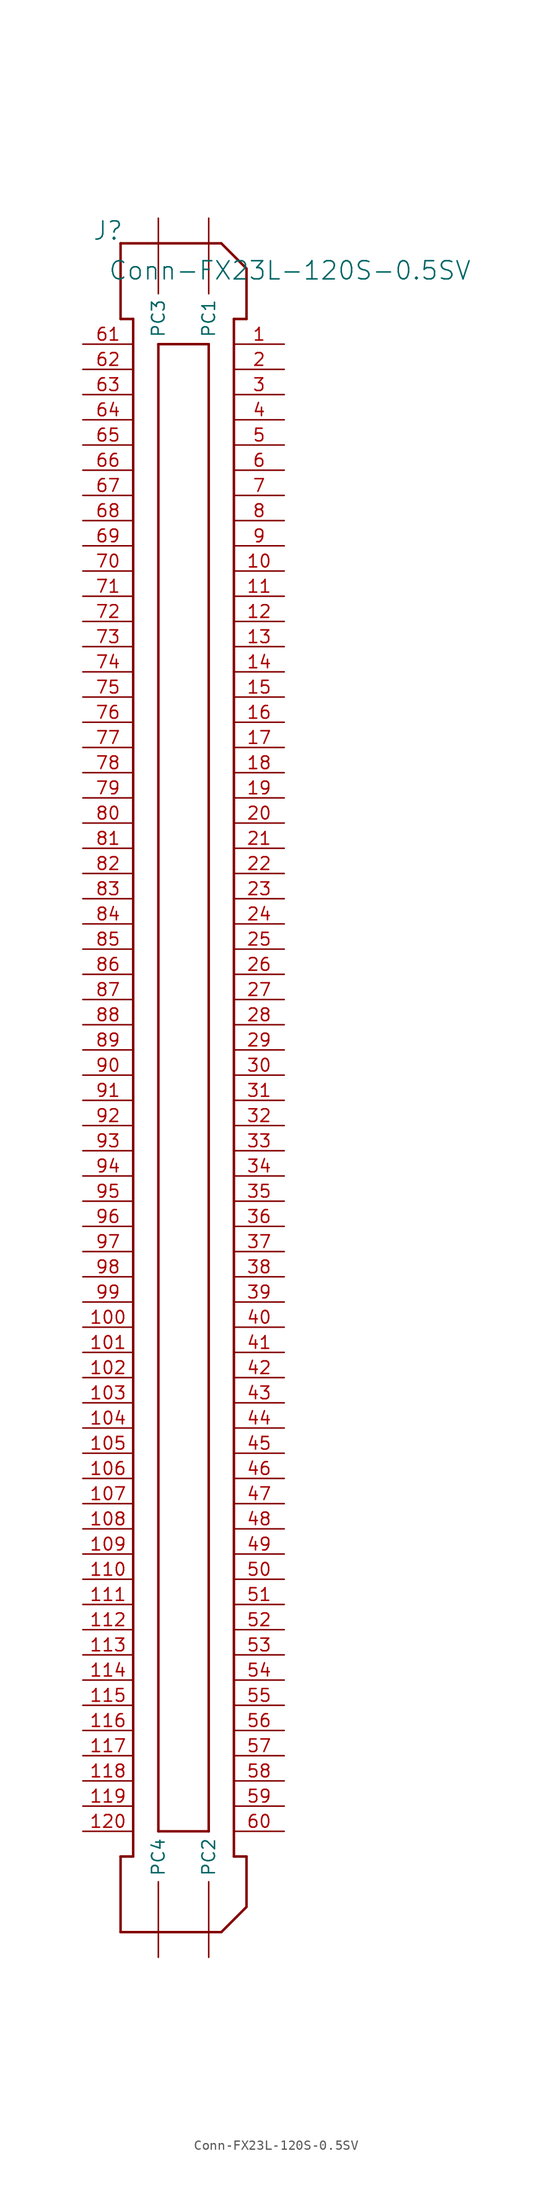
<source format=kicad_sym>
(kicad_symbol_lib
  (version 20231120)
  (generator "kicad_symbol_editor")
  (generator_version "8.0")
  (symbol "Conn-FX23L-120S-0.5SV"
    (property "Reference" "J"
      (at -1.27 1.27 0)
      (effects (font (size 1.829 1.829))))
    (property "Value" "Conn-FX23L-120S-0.5SV"
      (at -1.27 -3.81 0)
      (effects (font (size 1.829 1.829)) (justify left bottom)))
    (symbol "Conn-FX23L-120S-0.5SV_1_0"
      (polyline (pts (xy 0 -170.18) (xy 10.16 -170.18)) (stroke (width 0.254) (type solid)) (fill (type none)))
      (polyline (pts (xy 0 -162.56) (xy 0 -170.18)) (stroke (width 0.254) (type solid)) (fill (type none)))
      (polyline (pts (xy 0 -7.62) (xy 1.27 -7.62)) (stroke (width 0.254) (type solid)) (fill (type none)))
      (polyline (pts (xy 0 0) (xy 0 -7.62)) (stroke (width 0.254) (type solid)) (fill (type none)))
      (polyline (pts (xy 1.27 -162.56) (xy 0 -162.56)) (stroke (width 0.254) (type solid)) (fill (type none)))
      (polyline (pts (xy 1.27 -7.62) (xy 1.27 -162.56)) (stroke (width 0.254) (type solid)) (fill (type none)))
      (polyline (pts (xy 3.81 -160.02) (xy 3.81 -10.16)) (stroke (width 0.254) (type solid)) (fill (type none)))
      (polyline (pts (xy 3.81 -160.02) (xy 8.89 -160.02)) (stroke (width 0.254) (type solid)) (fill (type none)))
      (polyline (pts (xy 3.81 -10.16) (xy 8.89 -10.16)) (stroke (width 0.254) (type solid)) (fill (type none)))
      (polyline (pts (xy 8.89 -10.16) (xy 8.89 -160.02)) (stroke (width 0.254) (type solid)) (fill (type none)))
      (polyline (pts (xy 10.16 0) (xy 0 0)) (stroke (width 0.254) (type solid)) (fill (type none)))
      (polyline (pts (xy 11.43 -162.56) (xy 11.43 -7.62)) (stroke (width 0.254) (type solid)) (fill (type none)))
      (polyline (pts (xy 11.43 -7.62) (xy 12.7 -7.62)) (stroke (width 0.254) (type solid)) (fill (type none)))
      (polyline (pts (xy 12.7 -162.56) (xy 11.43 -162.56)) (stroke (width 0.254) (type solid)) (fill (type none)))
      (polyline (pts (xy 10.16 -170.18) (xy 12.7 -167.64) (xy 12.7 -162.56)) (stroke (width 0.254) (type solid)) (fill (type none)))
      (polyline (pts (xy 10.16 0) (xy 12.7 -2.54) (xy 12.7 -7.62)) (stroke (width 0.254) (type solid)) (fill (type none)))
      (pin passive line (at 16.51 -10.16 180) (length 5.08) (name "1" (effects (font (size 0 0)))) (number "1" (effects (font (size 1.27 1.27)))))
      (pin passive line (at 16.51 -33.02 180) (length 5.08) (name "10" (effects (font (size 0 0)))) (number "10" (effects (font (size 1.27 1.27)))))
      (pin passive line (at -3.81 -109.22 0) (length 5.08) (name "100" (effects (font (size 0 0)))) (number "100" (effects (font (size 1.27 1.27)))))
      (pin passive line (at -3.81 -111.76 0) (length 5.08) (name "101" (effects (font (size 0 0)))) (number "101" (effects (font (size 1.27 1.27)))))
      (pin passive line (at -3.81 -114.3 0) (length 5.08) (name "102" (effects (font (size 0 0)))) (number "102" (effects (font (size 1.27 1.27)))))
      (pin passive line (at -3.81 -116.84 0) (length 5.08) (name "103" (effects (font (size 0 0)))) (number "103" (effects (font (size 1.27 1.27)))))
      (pin passive line (at -3.81 -119.38 0) (length 5.08) (name "104" (effects (font (size 0 0)))) (number "104" (effects (font (size 1.27 1.27)))))
      (pin passive line (at -3.81 -121.92 0) (length 5.08) (name "105" (effects (font (size 0 0)))) (number "105" (effects (font (size 1.27 1.27)))))
      (pin passive line (at -3.81 -124.46 0) (length 5.08) (name "106" (effects (font (size 0 0)))) (number "106" (effects (font (size 1.27 1.27)))))
      (pin passive line (at -3.81 -127 0) (length 5.08) (name "107" (effects (font (size 0 0)))) (number "107" (effects (font (size 1.27 1.27)))))
      (pin passive line (at -3.81 -129.54 0) (length 5.08) (name "108" (effects (font (size 0 0)))) (number "108" (effects (font (size 1.27 1.27)))))
      (pin passive line (at -3.81 -132.08 0) (length 5.08) (name "109" (effects (font (size 0 0)))) (number "109" (effects (font (size 1.27 1.27)))))
      (pin passive line (at 16.51 -35.56 180) (length 5.08) (name "11" (effects (font (size 0 0)))) (number "11" (effects (font (size 1.27 1.27)))))
      (pin passive line (at -3.81 -134.62 0) (length 5.08) (name "110" (effects (font (size 0 0)))) (number "110" (effects (font (size 1.27 1.27)))))
      (pin passive line (at -3.81 -137.16 0) (length 5.08) (name "111" (effects (font (size 0 0)))) (number "111" (effects (font (size 1.27 1.27)))))
      (pin passive line (at -3.81 -139.7 0) (length 5.08) (name "112" (effects (font (size 0 0)))) (number "112" (effects (font (size 1.27 1.27)))))
      (pin passive line (at -3.81 -142.24 0) (length 5.08) (name "113" (effects (font (size 0 0)))) (number "113" (effects (font (size 1.27 1.27)))))
      (pin passive line (at -3.81 -144.78 0) (length 5.08) (name "114" (effects (font (size 0 0)))) (number "114" (effects (font (size 1.27 1.27)))))
      (pin passive line (at -3.81 -147.32 0) (length 5.08) (name "115" (effects (font (size 0 0)))) (number "115" (effects (font (size 1.27 1.27)))))
      (pin passive line (at -3.81 -149.86 0) (length 5.08) (name "116" (effects (font (size 0 0)))) (number "116" (effects (font (size 1.27 1.27)))))
      (pin passive line (at -3.81 -152.4 0) (length 5.08) (name "117" (effects (font (size 0 0)))) (number "117" (effects (font (size 1.27 1.27)))))
      (pin passive line (at -3.81 -154.94 0) (length 5.08) (name "118" (effects (font (size 0 0)))) (number "118" (effects (font (size 1.27 1.27)))))
      (pin passive line (at -3.81 -157.48 0) (length 5.08) (name "119" (effects (font (size 0 0)))) (number "119" (effects (font (size 1.27 1.27)))))
      (pin passive line (at 16.51 -38.1 180) (length 5.08) (name "12" (effects (font (size 0 0)))) (number "12" (effects (font (size 1.27 1.27)))))
      (pin passive line (at -3.81 -160.02 0) (length 5.08) (name "120" (effects (font (size 0 0)))) (number "120" (effects (font (size 1.27 1.27)))))
      (pin passive line (at 8.89 2.54 270) (length 7.62) (name "PC1" (effects (font (size 1.27 1.27)))) (number "121" (effects (font (size 0 0)))))
      (pin passive line (at 8.89 -172.72 90) (length 7.62) (name "PC2" (effects (font (size 1.27 1.27)))) (number "122" (effects (font (size 0 0)))))
      (pin passive line (at 3.81 2.54 270) (length 7.62) (name "PC3" (effects (font (size 1.27 1.27)))) (number "123" (effects (font (size 0 0)))))
      (pin passive line (at 3.81 -172.72 90) (length 7.62) (name "PC4" (effects (font (size 1.27 1.27)))) (number "124" (effects (font (size 0 0)))))
      (pin passive line (at 16.51 -40.64 180) (length 5.08) (name "13" (effects (font (size 0 0)))) (number "13" (effects (font (size 1.27 1.27)))))
      (pin passive line (at 16.51 -43.18 180) (length 5.08) (name "14" (effects (font (size 0 0)))) (number "14" (effects (font (size 1.27 1.27)))))
      (pin passive line (at 16.51 -45.72 180) (length 5.08) (name "15" (effects (font (size 0 0)))) (number "15" (effects (font (size 1.27 1.27)))))
      (pin passive line (at 16.51 -48.26 180) (length 5.08) (name "16" (effects (font (size 0 0)))) (number "16" (effects (font (size 1.27 1.27)))))
      (pin passive line (at 16.51 -50.8 180) (length 5.08) (name "17" (effects (font (size 0 0)))) (number "17" (effects (font (size 1.27 1.27)))))
      (pin passive line (at 16.51 -53.34 180) (length 5.08) (name "18" (effects (font (size 0 0)))) (number "18" (effects (font (size 1.27 1.27)))))
      (pin passive line (at 16.51 -55.88 180) (length 5.08) (name "19" (effects (font (size 0 0)))) (number "19" (effects (font (size 1.27 1.27)))))
      (pin passive line (at 16.51 -12.7 180) (length 5.08) (name "2" (effects (font (size 0 0)))) (number "2" (effects (font (size 1.27 1.27)))))
      (pin passive line (at 16.51 -58.42 180) (length 5.08) (name "20" (effects (font (size 0 0)))) (number "20" (effects (font (size 1.27 1.27)))))
      (pin passive line (at 16.51 -60.96 180) (length 5.08) (name "21" (effects (font (size 0 0)))) (number "21" (effects (font (size 1.27 1.27)))))
      (pin passive line (at 16.51 -63.5 180) (length 5.08) (name "22" (effects (font (size 0 0)))) (number "22" (effects (font (size 1.27 1.27)))))
      (pin passive line (at 16.51 -66.04 180) (length 5.08) (name "23" (effects (font (size 0 0)))) (number "23" (effects (font (size 1.27 1.27)))))
      (pin passive line (at 16.51 -68.58 180) (length 5.08) (name "24" (effects (font (size 0 0)))) (number "24" (effects (font (size 1.27 1.27)))))
      (pin passive line (at 16.51 -71.12 180) (length 5.08) (name "25" (effects (font (size 0 0)))) (number "25" (effects (font (size 1.27 1.27)))))
      (pin passive line (at 16.51 -73.66 180) (length 5.08) (name "26" (effects (font (size 0 0)))) (number "26" (effects (font (size 1.27 1.27)))))
      (pin passive line (at 16.51 -76.2 180) (length 5.08) (name "27" (effects (font (size 0 0)))) (number "27" (effects (font (size 1.27 1.27)))))
      (pin passive line (at 16.51 -78.74 180) (length 5.08) (name "28" (effects (font (size 0 0)))) (number "28" (effects (font (size 1.27 1.27)))))
      (pin passive line (at 16.51 -81.28 180) (length 5.08) (name "29" (effects (font (size 0 0)))) (number "29" (effects (font (size 1.27 1.27)))))
      (pin passive line (at 16.51 -15.24 180) (length 5.08) (name "3" (effects (font (size 0 0)))) (number "3" (effects (font (size 1.27 1.27)))))
      (pin passive line (at 16.51 -83.82 180) (length 5.08) (name "30" (effects (font (size 0 0)))) (number "30" (effects (font (size 1.27 1.27)))))
      (pin passive line (at 16.51 -86.36 180) (length 5.08) (name "31" (effects (font (size 0 0)))) (number "31" (effects (font (size 1.27 1.27)))))
      (pin passive line (at 16.51 -88.9 180) (length 5.08) (name "32" (effects (font (size 0 0)))) (number "32" (effects (font (size 1.27 1.27)))))
      (pin passive line (at 16.51 -91.44 180) (length 5.08) (name "33" (effects (font (size 0 0)))) (number "33" (effects (font (size 1.27 1.27)))))
      (pin passive line (at 16.51 -93.98 180) (length 5.08) (name "34" (effects (font (size 0 0)))) (number "34" (effects (font (size 1.27 1.27)))))
      (pin passive line (at 16.51 -96.52 180) (length 5.08) (name "35" (effects (font (size 0 0)))) (number "35" (effects (font (size 1.27 1.27)))))
      (pin passive line (at 16.51 -99.06 180) (length 5.08) (name "36" (effects (font (size 0 0)))) (number "36" (effects (font (size 1.27 1.27)))))
      (pin passive line (at 16.51 -101.6 180) (length 5.08) (name "37" (effects (font (size 0 0)))) (number "37" (effects (font (size 1.27 1.27)))))
      (pin passive line (at 16.51 -104.14 180) (length 5.08) (name "38" (effects (font (size 0 0)))) (number "38" (effects (font (size 1.27 1.27)))))
      (pin passive line (at 16.51 -106.68 180) (length 5.08) (name "39" (effects (font (size 0 0)))) (number "39" (effects (font (size 1.27 1.27)))))
      (pin passive line (at 16.51 -17.78 180) (length 5.08) (name "4" (effects (font (size 0 0)))) (number "4" (effects (font (size 1.27 1.27)))))
      (pin passive line (at 16.51 -109.22 180) (length 5.08) (name "40" (effects (font (size 0 0)))) (number "40" (effects (font (size 1.27 1.27)))))
      (pin passive line (at 16.51 -111.76 180) (length 5.08) (name "41" (effects (font (size 0 0)))) (number "41" (effects (font (size 1.27 1.27)))))
      (pin passive line (at 16.51 -114.3 180) (length 5.08) (name "42" (effects (font (size 0 0)))) (number "42" (effects (font (size 1.27 1.27)))))
      (pin passive line (at 16.51 -116.84 180) (length 5.08) (name "43" (effects (font (size 0 0)))) (number "43" (effects (font (size 1.27 1.27)))))
      (pin passive line (at 16.51 -119.38 180) (length 5.08) (name "44" (effects (font (size 0 0)))) (number "44" (effects (font (size 1.27 1.27)))))
      (pin passive line (at 16.51 -121.92 180) (length 5.08) (name "45" (effects (font (size 0 0)))) (number "45" (effects (font (size 1.27 1.27)))))
      (pin passive line (at 16.51 -124.46 180) (length 5.08) (name "46" (effects (font (size 0 0)))) (number "46" (effects (font (size 1.27 1.27)))))
      (pin passive line (at 16.51 -127 180) (length 5.08) (name "47" (effects (font (size 0 0)))) (number "47" (effects (font (size 1.27 1.27)))))
      (pin passive line (at 16.51 -129.54 180) (length 5.08) (name "48" (effects (font (size 0 0)))) (number "48" (effects (font (size 1.27 1.27)))))
      (pin passive line (at 16.51 -132.08 180) (length 5.08) (name "49" (effects (font (size 0 0)))) (number "49" (effects (font (size 1.27 1.27)))))
      (pin passive line (at 16.51 -20.32 180) (length 5.08) (name "5" (effects (font (size 0 0)))) (number "5" (effects (font (size 1.27 1.27)))))
      (pin passive line (at 16.51 -134.62 180) (length 5.08) (name "50" (effects (font (size 0 0)))) (number "50" (effects (font (size 1.27 1.27)))))
      (pin passive line (at 16.51 -137.16 180) (length 5.08) (name "51" (effects (font (size 0 0)))) (number "51" (effects (font (size 1.27 1.27)))))
      (pin passive line (at 16.51 -139.7 180) (length 5.08) (name "52" (effects (font (size 0 0)))) (number "52" (effects (font (size 1.27 1.27)))))
      (pin passive line (at 16.51 -142.24 180) (length 5.08) (name "53" (effects (font (size 0 0)))) (number "53" (effects (font (size 1.27 1.27)))))
      (pin passive line (at 16.51 -144.78 180) (length 5.08) (name "54" (effects (font (size 0 0)))) (number "54" (effects (font (size 1.27 1.27)))))
      (pin passive line (at 16.51 -147.32 180) (length 5.08) (name "55" (effects (font (size 0 0)))) (number "55" (effects (font (size 1.27 1.27)))))
      (pin passive line (at 16.51 -149.86 180) (length 5.08) (name "56" (effects (font (size 0 0)))) (number "56" (effects (font (size 1.27 1.27)))))
      (pin passive line (at 16.51 -152.4 180) (length 5.08) (name "57" (effects (font (size 0 0)))) (number "57" (effects (font (size 1.27 1.27)))))
      (pin passive line (at 16.51 -154.94 180) (length 5.08) (name "58" (effects (font (size 0 0)))) (number "58" (effects (font (size 1.27 1.27)))))
      (pin passive line (at 16.51 -157.48 180) (length 5.08) (name "59" (effects (font (size 0 0)))) (number "59" (effects (font (size 1.27 1.27)))))
      (pin passive line (at 16.51 -22.86 180) (length 5.08) (name "6" (effects (font (size 0 0)))) (number "6" (effects (font (size 1.27 1.27)))))
      (pin passive line (at 16.51 -160.02 180) (length 5.08) (name "60" (effects (font (size 0 0)))) (number "60" (effects (font (size 1.27 1.27)))))
      (pin passive line (at -3.81 -10.16 0) (length 5.08) (name "61" (effects (font (size 0 0)))) (number "61" (effects (font (size 1.27 1.27)))))
      (pin passive line (at -3.81 -12.7 0) (length 5.08) (name "62" (effects (font (size 0 0)))) (number "62" (effects (font (size 1.27 1.27)))))
      (pin passive line (at -3.81 -15.24 0) (length 5.08) (name "63" (effects (font (size 0 0)))) (number "63" (effects (font (size 1.27 1.27)))))
      (pin passive line (at -3.81 -17.78 0) (length 5.08) (name "64" (effects (font (size 0 0)))) (number "64" (effects (font (size 1.27 1.27)))))
      (pin passive line (at -3.81 -20.32 0) (length 5.08) (name "65" (effects (font (size 0 0)))) (number "65" (effects (font (size 1.27 1.27)))))
      (pin passive line (at -3.81 -22.86 0) (length 5.08) (name "66" (effects (font (size 0 0)))) (number "66" (effects (font (size 1.27 1.27)))))
      (pin passive line (at -3.81 -25.4 0) (length 5.08) (name "67" (effects (font (size 0 0)))) (number "67" (effects (font (size 1.27 1.27)))))
      (pin passive line (at -3.81 -27.94 0) (length 5.08) (name "68" (effects (font (size 0 0)))) (number "68" (effects (font (size 1.27 1.27)))))
      (pin passive line (at -3.81 -30.48 0) (length 5.08) (name "69" (effects (font (size 0 0)))) (number "69" (effects (font (size 1.27 1.27)))))
      (pin passive line (at 16.51 -25.4 180) (length 5.08) (name "7" (effects (font (size 0 0)))) (number "7" (effects (font (size 1.27 1.27)))))
      (pin passive line (at -3.81 -33.02 0) (length 5.08) (name "70" (effects (font (size 0 0)))) (number "70" (effects (font (size 1.27 1.27)))))
      (pin passive line (at -3.81 -35.56 0) (length 5.08) (name "71" (effects (font (size 0 0)))) (number "71" (effects (font (size 1.27 1.27)))))
      (pin passive line (at -3.81 -38.1 0) (length 5.08) (name "72" (effects (font (size 0 0)))) (number "72" (effects (font (size 1.27 1.27)))))
      (pin passive line (at -3.81 -40.64 0) (length 5.08) (name "73" (effects (font (size 0 0)))) (number "73" (effects (font (size 1.27 1.27)))))
      (pin passive line (at -3.81 -43.18 0) (length 5.08) (name "74" (effects (font (size 0 0)))) (number "74" (effects (font (size 1.27 1.27)))))
      (pin passive line (at -3.81 -45.72 0) (length 5.08) (name "75" (effects (font (size 0 0)))) (number "75" (effects (font (size 1.27 1.27)))))
      (pin passive line (at -3.81 -48.26 0) (length 5.08) (name "76" (effects (font (size 0 0)))) (number "76" (effects (font (size 1.27 1.27)))))
      (pin passive line (at -3.81 -50.8 0) (length 5.08) (name "77" (effects (font (size 0 0)))) (number "77" (effects (font (size 1.27 1.27)))))
      (pin passive line (at -3.81 -53.34 0) (length 5.08) (name "78" (effects (font (size 0 0)))) (number "78" (effects (font (size 1.27 1.27)))))
      (pin passive line (at -3.81 -55.88 0) (length 5.08) (name "79" (effects (font (size 0 0)))) (number "79" (effects (font (size 1.27 1.27)))))
      (pin passive line (at 16.51 -27.94 180) (length 5.08) (name "8" (effects (font (size 0 0)))) (number "8" (effects (font (size 1.27 1.27)))))
      (pin passive line (at -3.81 -58.42 0) (length 5.08) (name "80" (effects (font (size 0 0)))) (number "80" (effects (font (size 1.27 1.27)))))
      (pin passive line (at -3.81 -60.96 0) (length 5.08) (name "81" (effects (font (size 0 0)))) (number "81" (effects (font (size 1.27 1.27)))))
      (pin passive line (at -3.81 -63.5 0) (length 5.08) (name "82" (effects (font (size 0 0)))) (number "82" (effects (font (size 1.27 1.27)))))
      (pin passive line (at -3.81 -66.04 0) (length 5.08) (name "83" (effects (font (size 0 0)))) (number "83" (effects (font (size 1.27 1.27)))))
      (pin passive line (at -3.81 -68.58 0) (length 5.08) (name "84" (effects (font (size 0 0)))) (number "84" (effects (font (size 1.27 1.27)))))
      (pin passive line (at -3.81 -71.12 0) (length 5.08) (name "85" (effects (font (size 0 0)))) (number "85" (effects (font (size 1.27 1.27)))))
      (pin passive line (at -3.81 -73.66 0) (length 5.08) (name "86" (effects (font (size 0 0)))) (number "86" (effects (font (size 1.27 1.27)))))
      (pin passive line (at -3.81 -76.2 0) (length 5.08) (name "87" (effects (font (size 0 0)))) (number "87" (effects (font (size 1.27 1.27)))))
      (pin passive line (at -3.81 -78.74 0) (length 5.08) (name "88" (effects (font (size 0 0)))) (number "88" (effects (font (size 1.27 1.27)))))
      (pin passive line (at -3.81 -81.28 0) (length 5.08) (name "89" (effects (font (size 0 0)))) (number "89" (effects (font (size 1.27 1.27)))))
      (pin passive line (at 16.51 -30.48 180) (length 5.08) (name "9" (effects (font (size 0 0)))) (number "9" (effects (font (size 1.27 1.27)))))
      (pin passive line (at -3.81 -83.82 0) (length 5.08) (name "90" (effects (font (size 0 0)))) (number "90" (effects (font (size 1.27 1.27)))))
      (pin passive line (at -3.81 -86.36 0) (length 5.08) (name "91" (effects (font (size 0 0)))) (number "91" (effects (font (size 1.27 1.27)))))
      (pin passive line (at -3.81 -88.9 0) (length 5.08) (name "92" (effects (font (size 0 0)))) (number "92" (effects (font (size 1.27 1.27)))))
      (pin passive line (at -3.81 -91.44 0) (length 5.08) (name "93" (effects (font (size 0 0)))) (number "93" (effects (font (size 1.27 1.27)))))
      (pin passive line (at -3.81 -93.98 0) (length 5.08) (name "94" (effects (font (size 0 0)))) (number "94" (effects (font (size 1.27 1.27)))))
      (pin passive line (at -3.81 -96.52 0) (length 5.08) (name "95" (effects (font (size 0 0)))) (number "95" (effects (font (size 1.27 1.27)))))
      (pin passive line (at -3.81 -99.06 0) (length 5.08) (name "96" (effects (font (size 0 0)))) (number "96" (effects (font (size 1.27 1.27)))))
      (pin passive line (at -3.81 -101.6 0) (length 5.08) (name "97" (effects (font (size 0 0)))) (number "97" (effects (font (size 1.27 1.27)))))
      (pin passive line (at -3.81 -104.14 0) (length 5.08) (name "98" (effects (font (size 0 0)))) (number "98" (effects (font (size 1.27 1.27)))))
      (pin passive line (at -3.81 -106.68 0) (length 5.08) (name "99" (effects (font (size 0 0)))) (number "99" (effects (font (size 1.27 1.27))))))))
</source>
